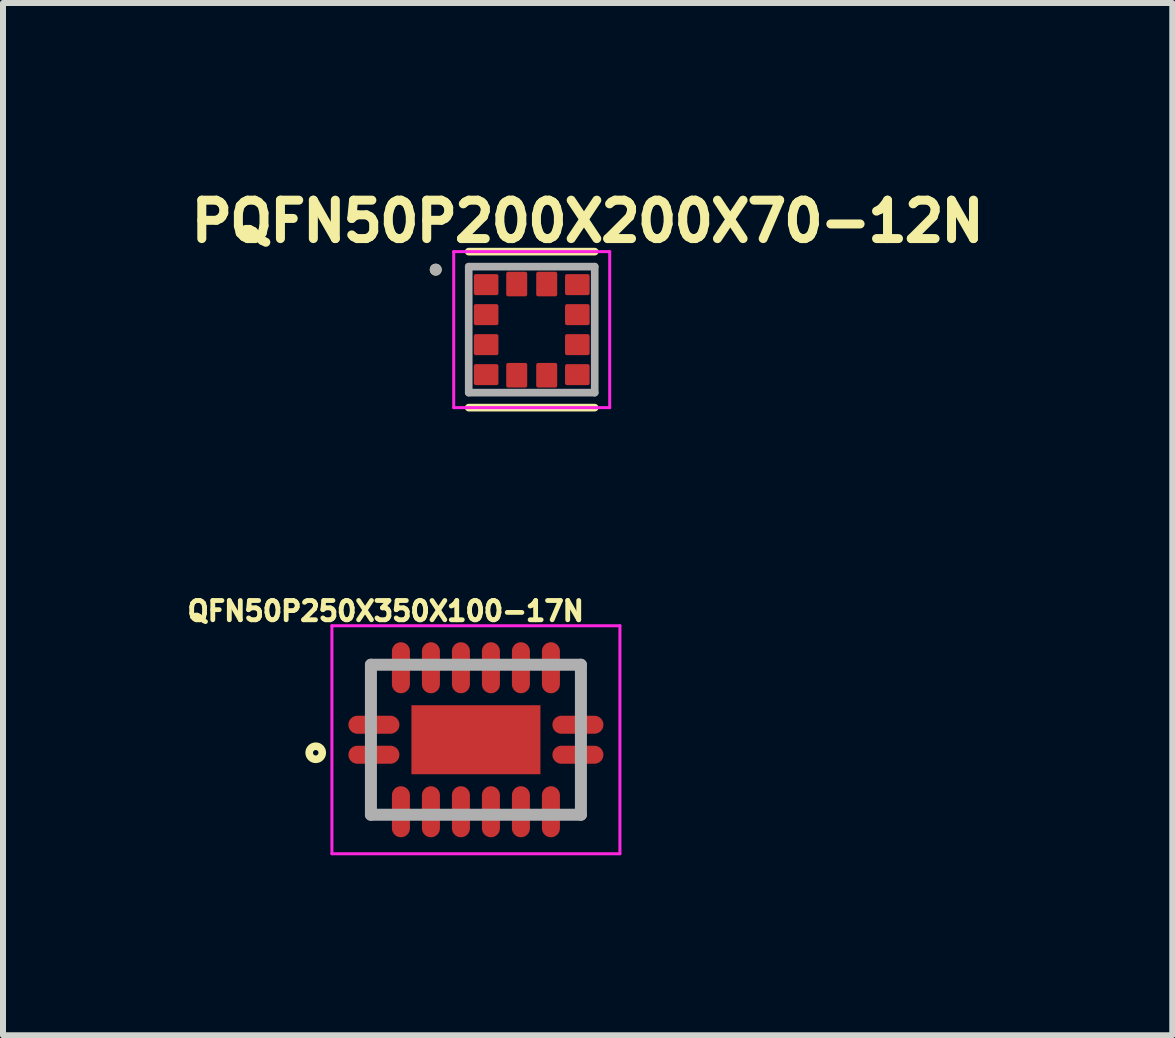
<source format=kicad_pcb>
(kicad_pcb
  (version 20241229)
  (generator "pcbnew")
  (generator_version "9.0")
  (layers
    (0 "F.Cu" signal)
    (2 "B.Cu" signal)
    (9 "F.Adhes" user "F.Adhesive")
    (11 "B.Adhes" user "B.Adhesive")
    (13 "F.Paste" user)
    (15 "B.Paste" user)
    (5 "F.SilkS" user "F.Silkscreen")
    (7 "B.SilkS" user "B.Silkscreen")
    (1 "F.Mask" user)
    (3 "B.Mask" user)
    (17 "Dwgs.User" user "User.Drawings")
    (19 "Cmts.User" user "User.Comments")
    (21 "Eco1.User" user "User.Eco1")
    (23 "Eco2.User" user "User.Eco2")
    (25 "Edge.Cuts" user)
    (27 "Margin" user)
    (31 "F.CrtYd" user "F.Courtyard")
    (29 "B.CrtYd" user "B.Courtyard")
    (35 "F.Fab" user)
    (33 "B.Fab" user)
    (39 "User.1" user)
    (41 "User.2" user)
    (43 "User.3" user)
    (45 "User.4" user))
  (footprint "QFN50P250X350X100-17N"
    (layer "F.Cu")
    (at 4.882 9.279)
    (property "Reference" "QFN50P250X350X100-17N" (at -1.504 -2.144 0) (layer "F.SilkS") (effects (font (size 0.321 0.321) (thickness 0.15))))
    (attr through_hole)
    (fp_circle (center -2.67 0.217) (end -2.561 0.217) (stroke (width 0.127) (type solid)) (fill no) (layer "F.SilkS"))
    (fp_poly (pts (xy -0.807 -0.305) (xy 0.805 -0.305) (xy 0.805 0.306) (xy -0.807 0.306)) (stroke (width 0.01) (type solid)) (fill yes) (layer "F.Paste"))
    (fp_line (start -2.4 -1.9) (end 2.4 -1.9) (stroke (width 0.05) (type solid)) (layer "F.CrtYd"))
    (fp_line (start -2.4 1.9) (end -2.4 -1.9) (stroke (width 0.05) (type solid)) (layer "F.CrtYd"))
    (fp_line (start 2.4 -1.9) (end 2.4 1.9) (stroke (width 0.05) (type solid)) (layer "F.CrtYd"))
    (fp_line (start 2.4 1.9) (end -2.4 1.9) (stroke (width 0.05) (type solid)) (layer "F.CrtYd"))
    (fp_line (start -1.75 -1.25) (end -1.75 1.25) (stroke (width 0.2) (type solid)) (layer "F.Fab"))
    (fp_line (start 1.75 -1.25) (end -1.75 -1.25) (stroke (width 0.2) (type solid)) (layer "F.Fab"))
    (fp_line (start 1.75 -1.25) (end 1.75 1.25) (stroke (width 0.2) (type solid)) (layer "F.Fab"))
    (fp_line (start 1.75 1.25) (end -1.75 1.25) (stroke (width 0.2) (type solid)) (layer "F.Fab"))
    (pad "1" smd oval (at -1.7 0.25 180) (size 0.85 0.3) (layers "F.Cu" "F.Mask" "F.Paste"))
    (pad "2" smd oval (at -1.25 1.2 90) (size 0.85 0.3) (layers "F.Cu" "F.Mask" "F.Paste"))
    (pad "3" smd oval (at -0.75 1.2 90) (size 0.85 0.3) (layers "F.Cu" "F.Mask" "F.Paste"))
    (pad "4" smd oval (at -0.25 1.2 90) (size 0.85 0.3) (layers "F.Cu" "F.Mask" "F.Paste"))
    (pad "5" smd oval (at 0.25 1.2 90) (size 0.85 0.3) (layers "F.Cu" "F.Mask" "F.Paste"))
    (pad "6" smd oval (at 0.75 1.2 90) (size 0.85 0.3) (layers "F.Cu" "F.Mask" "F.Paste"))
    (pad "7" smd oval (at 1.25 1.2 90) (size 0.85 0.3) (layers "F.Cu" "F.Mask" "F.Paste"))
    (pad "8" smd oval (at 1.7 0.25 180) (size 0.85 0.3) (layers "F.Cu" "F.Mask" "F.Paste"))
    (pad "9" smd oval (at 1.7 -0.25 180) (size 0.85 0.3) (layers "F.Cu" "F.Mask" "F.Paste"))
    (pad "10" smd oval (at 1.25 -1.2 90) (size 0.85 0.3) (layers "F.Cu" "F.Mask" "F.Paste"))
    (pad "11" smd oval (at 0.75 -1.2 90) (size 0.85 0.3) (layers "F.Cu" "F.Mask" "F.Paste"))
    (pad "12" smd oval (at 0.25 -1.2 90) (size 0.85 0.3) (layers "F.Cu" "F.Mask" "F.Paste"))
    (pad "13" smd oval (at -0.25 -1.2 90) (size 0.85 0.3) (layers "F.Cu" "F.Mask" "F.Paste"))
    (pad "14" smd oval (at -0.75 -1.2 90) (size 0.85 0.3) (layers "F.Cu" "F.Mask" "F.Paste"))
    (pad "15" smd oval (at -1.25 -1.2 90) (size 0.85 0.3) (layers "F.Cu" "F.Mask" "F.Paste"))
    (pad "16" smd oval (at -1.7 -0.25 180) (size 0.85 0.3) (layers "F.Cu" "F.Mask" "F.Paste"))
    (pad "17" smd rect (at 0 0) (size 2.15 1.15) (layers "F.Cu" "F.Mask")))
  (footprint "PQFN50P200X200X70-12N"
    (layer "F.Cu")
    (at 5.812 2.444)
    (property "Reference" "PQFN50P200X200X70-12N" (at 0.932 -1.806 0) (layer "F.SilkS") (effects (font (size 0.64 0.64) (thickness 0.15))))
    (attr through_hole)
    (fp_line (start -1.05 -1.3) (end 1.05 -1.3) (stroke (width 0.127) (type solid)) (layer "F.SilkS"))
    (fp_line (start 1.05 1.3) (end -1.05 1.3) (stroke (width 0.127) (type solid)) (layer "F.SilkS"))
    (fp_circle (center -1.6 -1) (end -1.55 -1) (stroke (width 0.1) (type solid)) (fill no) (layer "F.SilkS"))
    (fp_line (start -1.3 -1.3) (end -1.3 1.3) (stroke (width 0.05) (type solid)) (layer "F.CrtYd"))
    (fp_line (start -1.3 1.3) (end 1.3 1.3) (stroke (width 0.05) (type solid)) (layer "F.CrtYd"))
    (fp_line (start 1.3 -1.3) (end -1.3 -1.3) (stroke (width 0.05) (type solid)) (layer "F.CrtYd"))
    (fp_line (start 1.3 1.3) (end 1.3 -1.3) (stroke (width 0.05) (type solid)) (layer "F.CrtYd"))
    (fp_line (start -1.05 -1.05) (end 1.05 -1.05) (stroke (width 0.127) (type solid)) (layer "F.Fab"))
    (fp_line (start -1.05 1.05) (end -1.05 -1.05) (stroke (width 0.127) (type solid)) (layer "F.Fab"))
    (fp_line (start 1.05 -1.05) (end 1.05 1.05) (stroke (width 0.127) (type solid)) (layer "F.Fab"))
    (fp_line (start 1.05 1.05) (end -1.05 1.05) (stroke (width 0.127) (type solid)) (layer "F.Fab"))
    (fp_circle (center -1.6 -1) (end -1.55 -1) (stroke (width 0.1) (type solid)) (fill no) (layer "F.Fab"))
    (pad "1" smd roundrect (at -0.76 -0.75) (size 0.41 0.35) (layers "F.Cu" "F.Mask" "F.Paste") (roundrect_rratio 0.09))
    (pad "2" smd roundrect (at -0.76 -0.25) (size 0.41 0.35) (layers "F.Cu" "F.Mask" "F.Paste") (roundrect_rratio 0.09))
    (pad "3" smd roundrect (at -0.76 0.25) (size 0.41 0.35) (layers "F.Cu" "F.Mask" "F.Paste") (roundrect_rratio 0.09))
    (pad "4" smd roundrect (at -0.76 0.75) (size 0.41 0.35) (layers "F.Cu" "F.Mask" "F.Paste") (roundrect_rratio 0.09))
    (pad "5" smd roundrect (at -0.25 0.76 90) (size 0.41 0.35) (layers "F.Cu" "F.Mask" "F.Paste") (roundrect_rratio 0.09))
    (pad "6" smd roundrect (at 0.25 0.76 90) (size 0.41 0.35) (layers "F.Cu" "F.Mask" "F.Paste") (roundrect_rratio 0.09))
    (pad "7" smd roundrect (at 0.76 0.75) (size 0.41 0.35) (layers "F.Cu" "F.Mask" "F.Paste") (roundrect_rratio 0.09))
    (pad "8" smd roundrect (at 0.76 0.25) (size 0.41 0.35) (layers "F.Cu" "F.Mask" "F.Paste") (roundrect_rratio 0.09))
    (pad "9" smd roundrect (at 0.76 -0.25) (size 0.41 0.35) (layers "F.Cu" "F.Mask" "F.Paste") (roundrect_rratio 0.09))
    (pad "10" smd roundrect (at 0.76 -0.75) (size 0.41 0.35) (layers "F.Cu" "F.Mask" "F.Paste") (roundrect_rratio 0.09))
    (pad "11" smd roundrect (at 0.25 -0.76 90) (size 0.41 0.35) (layers "F.Cu" "F.Mask" "F.Paste") (roundrect_rratio 0.09))
    (pad "12" smd roundrect (at -0.25 -0.76 90) (size 0.41 0.35) (layers "F.Cu" "F.Mask" "F.Paste") (roundrect_rratio 0.09)))
  (gr_rect
    (start -3 -3)
    (end 16.488 14.204)
    (stroke (width 0.1) (type default))
    (fill no)
    (layer "Edge.Cuts")))
</source>
